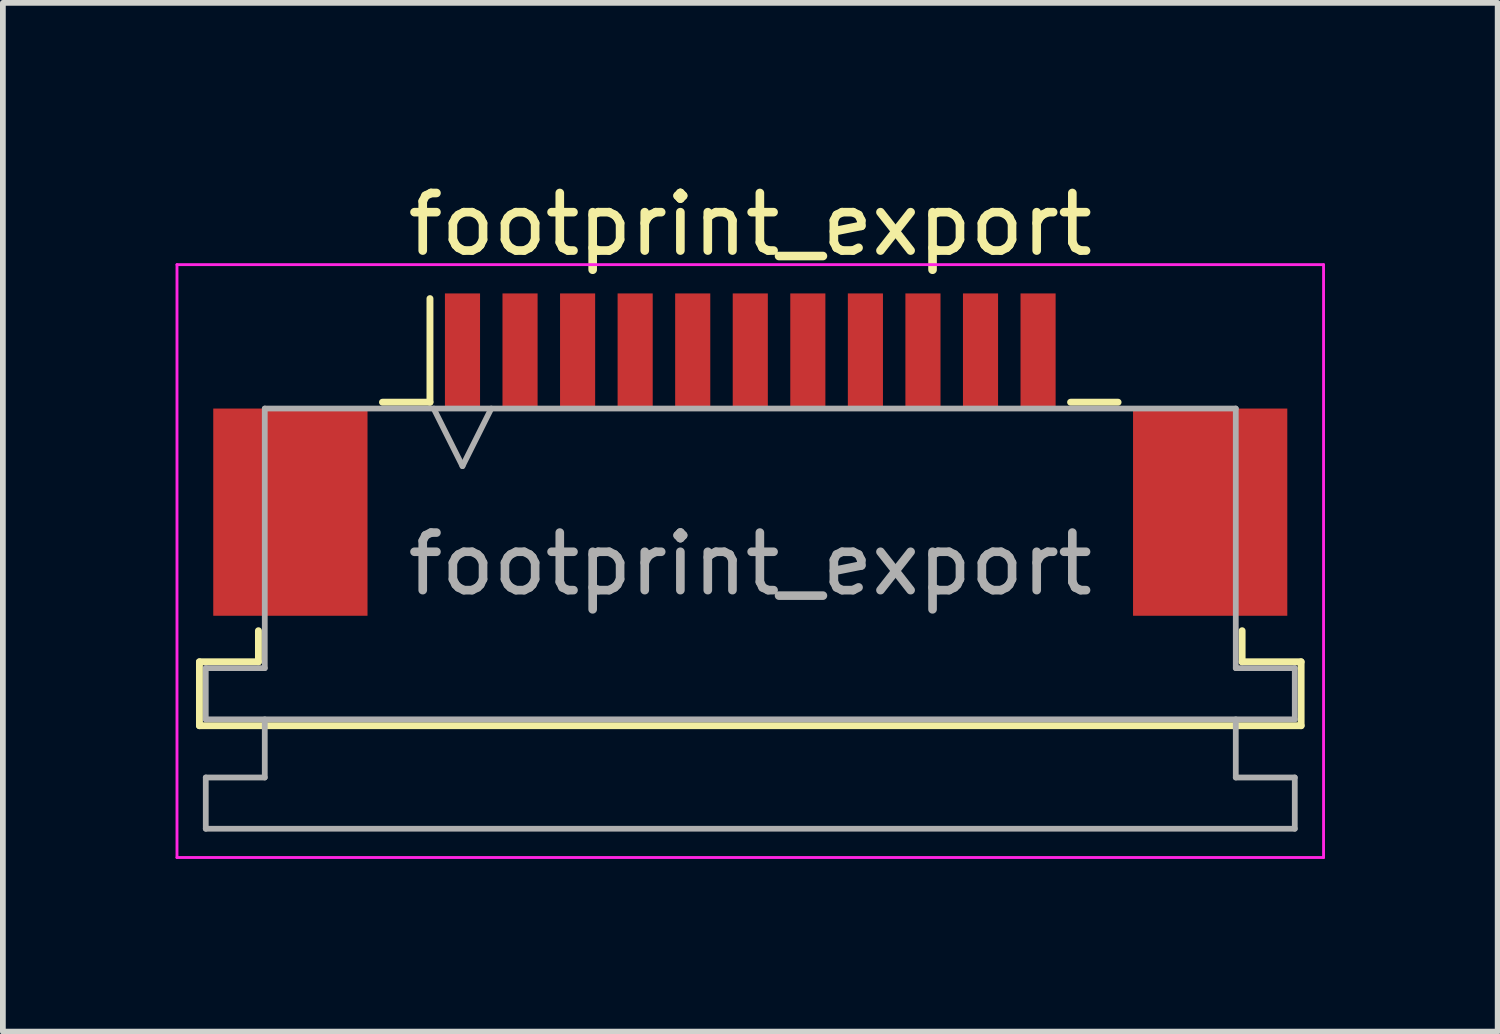
<source format=kicad_pcb>
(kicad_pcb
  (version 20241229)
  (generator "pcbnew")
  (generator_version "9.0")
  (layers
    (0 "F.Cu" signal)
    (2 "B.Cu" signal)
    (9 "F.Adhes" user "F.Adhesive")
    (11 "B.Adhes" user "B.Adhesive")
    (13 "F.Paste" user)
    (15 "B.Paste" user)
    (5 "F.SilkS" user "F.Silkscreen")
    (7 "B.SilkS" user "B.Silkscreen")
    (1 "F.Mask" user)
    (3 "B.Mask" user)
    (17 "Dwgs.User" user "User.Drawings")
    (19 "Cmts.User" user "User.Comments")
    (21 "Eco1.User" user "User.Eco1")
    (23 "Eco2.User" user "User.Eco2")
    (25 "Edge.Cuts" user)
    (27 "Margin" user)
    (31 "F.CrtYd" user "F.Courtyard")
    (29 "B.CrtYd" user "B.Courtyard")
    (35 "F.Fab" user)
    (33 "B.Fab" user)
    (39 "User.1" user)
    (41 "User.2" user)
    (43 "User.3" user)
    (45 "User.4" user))
  (footprint "footprint_export"
    (layer "F.Cu")
    (at 9.985 4.848)
    (property "Reference" "footprint_export" (at 0 -4 0) (layer "F.SilkS") (effects (font (size 1 1) (thickness 0.15))))
    (attr smd)
    (fp_line (start -9.57 3.6) (end -8.545 3.6) (stroke (width 0.12) (type solid)) (layer "F.SilkS"))
    (fp_line (start -9.57 4.71) (end -9.57 3.6) (stroke (width 0.12) (type solid)) (layer "F.SilkS"))
    (fp_line (start -8.545 3.6) (end -8.545 3.06) (stroke (width 0.12) (type solid)) (layer "F.SilkS"))
    (fp_line (start -6.39 -0.91) (end -5.565 -0.91) (stroke (width 0.12) (type solid)) (layer "F.SilkS"))
    (fp_line (start -5.565 -0.91) (end -5.565 -2.71) (stroke (width 0.12) (type solid)) (layer "F.SilkS"))
    (fp_line (start 5.565 -0.91) (end 6.39 -0.91) (stroke (width 0.12) (type solid)) (layer "F.SilkS"))
    (fp_line (start 8.545 3.06) (end 8.545 3.6) (stroke (width 0.12) (type solid)) (layer "F.SilkS"))
    (fp_line (start 8.545 3.6) (end 9.57 3.6) (stroke (width 0.12) (type solid)) (layer "F.SilkS"))
    (fp_line (start 9.57 3.6) (end 9.57 4.71) (stroke (width 0.12) (type solid)) (layer "F.SilkS"))
    (fp_line (start 9.57 4.71) (end -9.57 4.71) (stroke (width 0.12) (type solid)) (layer "F.SilkS"))
    (fp_line (start -9.96 -3.3) (end -9.96 7) (stroke (width 0.05) (type solid)) (layer "F.CrtYd"))
    (fp_line (start -9.96 7) (end 9.96 7) (stroke (width 0.05) (type solid)) (layer "F.CrtYd"))
    (fp_line (start 9.96 -3.3) (end -9.96 -3.3) (stroke (width 0.05) (type solid)) (layer "F.CrtYd"))
    (fp_line (start 9.96 7) (end 9.96 -3.3) (stroke (width 0.05) (type solid)) (layer "F.CrtYd"))
    (fp_line (start -9.46 3.71) (end -8.435 3.71) (stroke (width 0.1) (type solid)) (layer "F.Fab"))
    (fp_line (start -9.46 4.6) (end -9.46 3.71) (stroke (width 0.1) (type solid)) (layer "F.Fab"))
    (fp_line (start -9.46 5.61) (end -8.435 5.61) (stroke (width 0.1) (type solid)) (layer "F.Fab"))
    (fp_line (start -9.46 6.5) (end -9.46 5.61) (stroke (width 0.1) (type solid)) (layer "F.Fab"))
    (fp_line (start -8.435 -0.8) (end 8.435 -0.8) (stroke (width 0.1) (type solid)) (layer "F.Fab"))
    (fp_line (start -8.435 3.71) (end -8.435 -0.8) (stroke (width 0.1) (type solid)) (layer "F.Fab"))
    (fp_line (start -8.435 5.61) (end -8.435 4.6) (stroke (width 0.1) (type solid)) (layer "F.Fab"))
    (fp_line (start -5.5 -0.8) (end -5 0.2) (stroke (width 0.1) (type solid)) (layer "F.Fab"))
    (fp_line (start -5 0.2) (end -4.5 -0.8) (stroke (width 0.1) (type solid)) (layer "F.Fab"))
    (fp_line (start 8.435 -0.8) (end 8.435 3.71) (stroke (width 0.1) (type solid)) (layer "F.Fab"))
    (fp_line (start 8.435 3.71) (end 9.46 3.71) (stroke (width 0.1) (type solid)) (layer "F.Fab"))
    (fp_line (start 8.435 4.6) (end 8.435 5.61) (stroke (width 0.1) (type solid)) (layer "F.Fab"))
    (fp_line (start 8.435 5.61) (end 9.46 5.61) (stroke (width 0.1) (type solid)) (layer "F.Fab"))
    (fp_line (start 9.46 3.71) (end 9.46 4.6) (stroke (width 0.1) (type solid)) (layer "F.Fab"))
    (fp_line (start 9.46 4.6) (end -9.46 4.6) (stroke (width 0.1) (type solid)) (layer "F.Fab"))
    (fp_line (start 9.46 5.61) (end 9.46 6.5) (stroke (width 0.1) (type solid)) (layer "F.Fab"))
    (fp_line (start 9.46 6.5) (end -9.46 6.5) (stroke (width 0.1) (type solid)) (layer "F.Fab"))
    (fp_text user "${REFERENCE}" (at 0 1.9 0) (layer "F.Fab") (effects (font (size 1 1) (thickness 0.15))))
    (pad "1" smd rect (at -5 -1.8) (size 0.61 2) (layers "F.Cu" "F.Mask" "F.Paste"))
    (pad "2" smd rect (at -4 -1.8) (size 0.61 2) (layers "F.Cu" "F.Mask" "F.Paste"))
    (pad "3" smd rect (at -3 -1.8) (size 0.61 2) (layers "F.Cu" "F.Mask" "F.Paste"))
    (pad "4" smd rect (at -2 -1.8) (size 0.61 2) (layers "F.Cu" "F.Mask" "F.Paste"))
    (pad "5" smd rect (at -1 -1.8) (size 0.61 2) (layers "F.Cu" "F.Mask" "F.Paste"))
    (pad "6" smd rect (at 0 -1.8) (size 0.61 2) (layers "F.Cu" "F.Mask" "F.Paste"))
    (pad "7" smd rect (at 1 -1.8) (size 0.61 2) (layers "F.Cu" "F.Mask" "F.Paste"))
    (pad "8" smd rect (at 2 -1.8) (size 0.61 2) (layers "F.Cu" "F.Mask" "F.Paste"))
    (pad "9" smd rect (at 3 -1.8) (size 0.61 2) (layers "F.Cu" "F.Mask" "F.Paste"))
    (pad "10" smd rect (at 4 -1.8) (size 0.61 2) (layers "F.Cu" "F.Mask" "F.Paste"))
    (pad "11" smd rect (at 5 -1.8) (size 0.61 2) (layers "F.Cu" "F.Mask" "F.Paste"))
    (pad "MP" smd rect (at -7.99 1) (size 2.68 3.6) (layers "F.Cu" "F.Mask" "F.Paste"))
    (pad "MP" smd rect (at 7.99 1) (size 2.68 3.6) (layers "F.Cu" "F.Mask" "F.Paste")))
  (gr_rect
    (start -3 -3)
    (end 22.97 14.873)
    (stroke (width 0.1) (type default))
    (fill no)
    (layer "Edge.Cuts")))
</source>
